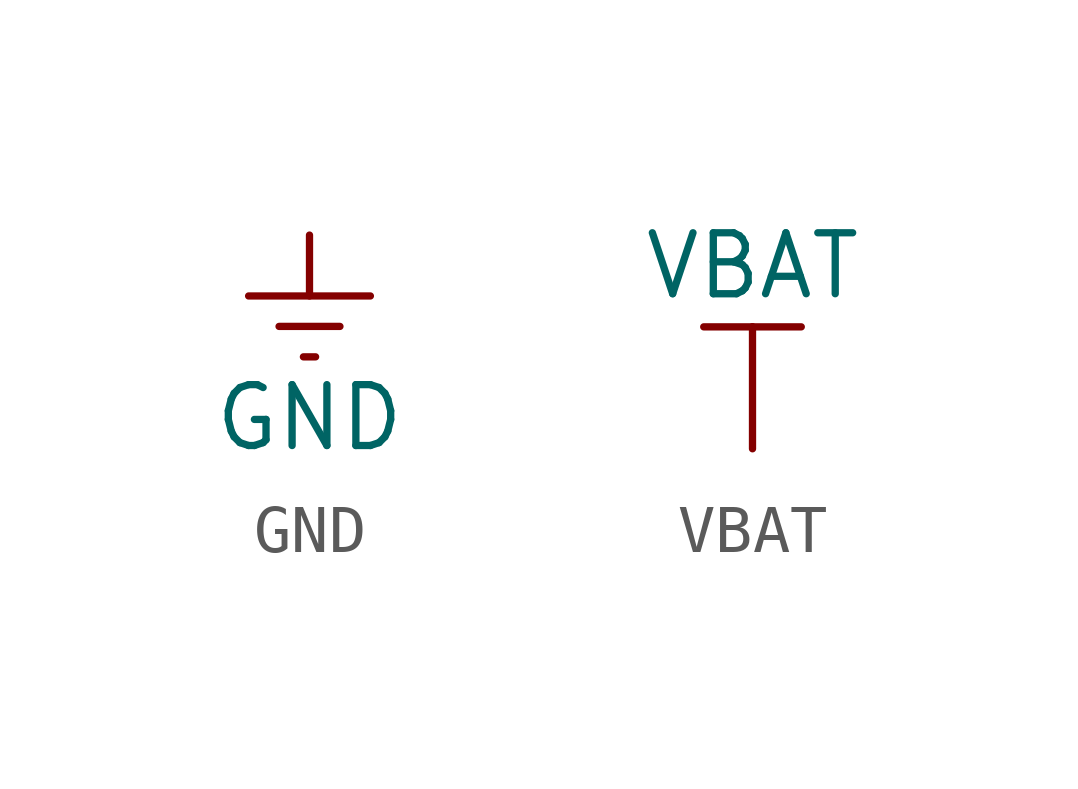
<source format=kicad_sym>
(kicad_symbol_lib
  (version 20211014)
  (generator kicad_symbol_editor)
  (symbol "GND"
    (power)
    (pin_names
      (offset 0))
    (property "Reference" "#PWR"
      (at 0 -6.35 0)
      (effects (font (size 1.27 1.27)) hide))
    (property "Value" "GND"
      (at 0 -3.81 0)
      (effects (font (size 1.27 1.27))))
    (symbol "GND_0_1"
      (polyline (pts (xy -0.635 -1.905) (xy 0.635 -1.905)) (stroke (width 0) (type default) (color 0 0 0 0)) (fill (type none)))
      (polyline (pts (xy -0.127 -2.54) (xy 0.127 -2.54)) (stroke (width 0) (type default) (color 0 0 0 0)) (fill (type none)))
      (polyline (pts (xy 0 -1.27) (xy 0 0)) (stroke (width 0) (type default) (color 0 0 0 0)) (fill (type none)))
      (polyline (pts (xy 1.27 -1.27) (xy -1.27 -1.27)) (stroke (width 0) (type default) (color 0 0 0 0)) (fill (type none))))
    (symbol "GND_1_1"
      (pin power_in line (at 0 0 270) (length 0) hide (name "U_GND" (effects (font (size 1.27 1.27)))) (number "1" (effects (font (size 1.27 1.27)))))))
  (symbol "VBAT"
    (power)
    (pin_names
      (offset 0))
    (property "Reference" "#PWR"
      (at 0 -3.81 0)
      (effects (font (size 1.27 1.27)) hide))
    (property "Value" "VBAT"
      (at 0 3.81 0)
      (effects (font (size 1.27 1.27))))
    (symbol "VBAT_0_1"
      (polyline (pts (xy -1.016 2.54) (xy 0 2.54)) (stroke (width 0) (type default) (color 0 0 0 0)) (fill (type none)))
      (polyline (pts (xy 0 0) (xy 0 2.54)) (stroke (width 0) (type default) (color 0 0 0 0)) (fill (type none)))
      (polyline (pts (xy 0 2.54) (xy 1.016 2.54)) (stroke (width 0) (type default) (color 0 0 0 0)) (fill (type none))))
    (symbol "VBAT_1_1"
      (pin power_in line (at 0 0 90) (length 0) hide (name "VBAT" (effects (font (size 1.27 1.27)))) (number "1" (effects (font (size 1.27 1.27))))))))
</source>
